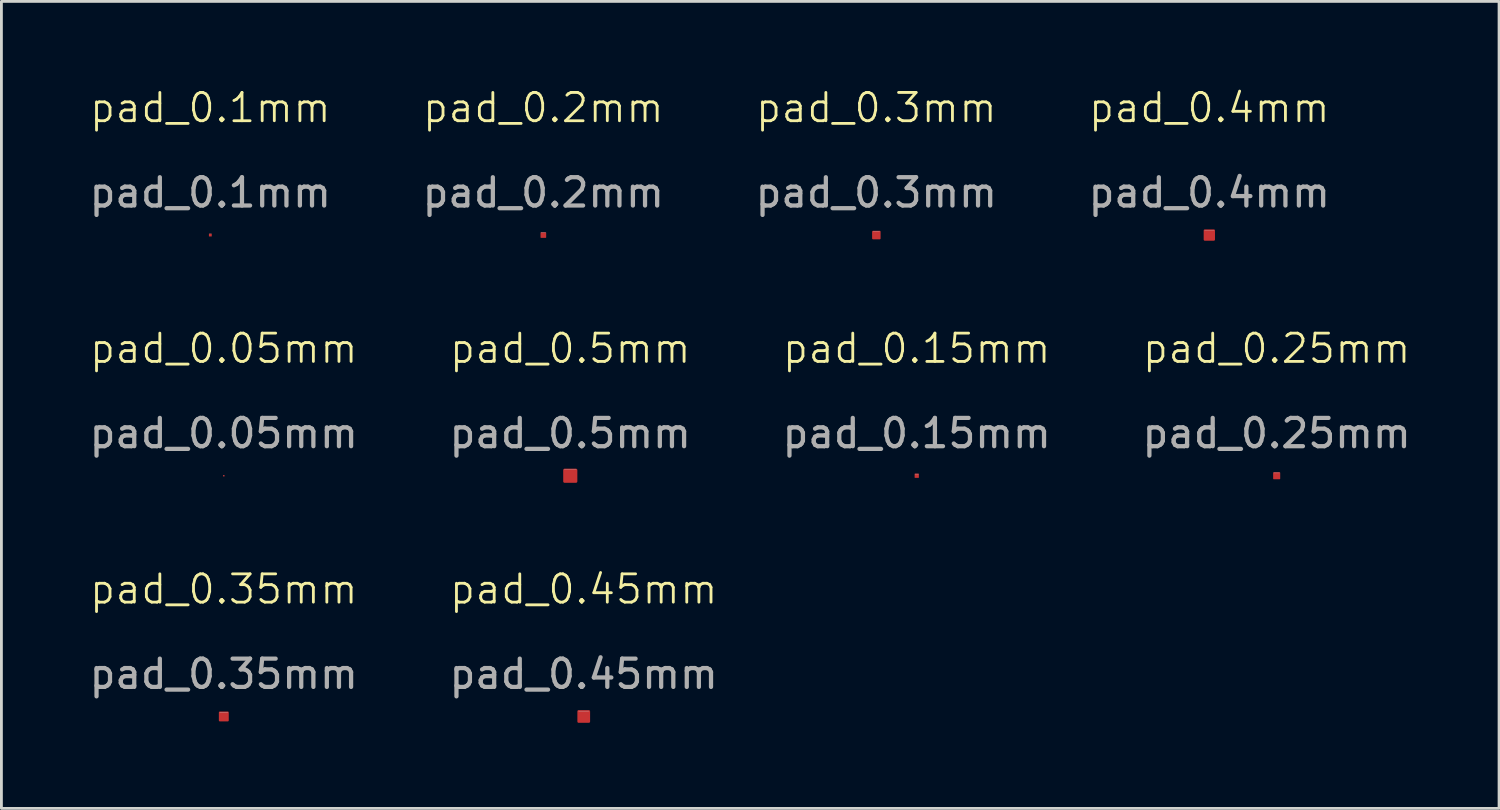
<source format=kicad_pcb>
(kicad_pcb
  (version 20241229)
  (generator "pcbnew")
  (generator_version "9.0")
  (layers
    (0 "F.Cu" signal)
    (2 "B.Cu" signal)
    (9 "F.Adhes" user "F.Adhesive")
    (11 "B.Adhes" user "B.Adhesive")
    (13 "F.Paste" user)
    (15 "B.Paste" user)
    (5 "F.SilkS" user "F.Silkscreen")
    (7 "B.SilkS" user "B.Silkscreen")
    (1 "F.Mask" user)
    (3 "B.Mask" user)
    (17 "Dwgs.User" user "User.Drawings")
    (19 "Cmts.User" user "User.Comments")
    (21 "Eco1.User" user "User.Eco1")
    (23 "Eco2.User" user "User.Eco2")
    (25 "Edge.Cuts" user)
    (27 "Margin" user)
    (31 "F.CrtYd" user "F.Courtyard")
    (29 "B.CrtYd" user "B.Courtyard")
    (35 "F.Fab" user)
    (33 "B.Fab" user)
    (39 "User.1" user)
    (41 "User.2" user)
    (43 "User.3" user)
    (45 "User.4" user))
  (footprint "pad_0.15mm"
    (layer "F.Cu")
    (at 29.363 13.771)
    (property "Reference" "pad_0.15mm" (at 0 -4.5 0) (unlocked yes) (layer "F.SilkS") (effects (font (size 1 1) (thickness 0.1))))
    (attr smd)
    (fp_line (start -0.06 -0.06) (end 0.06 -0.06) (stroke (width 0.01) (type default)) (layer "Dwgs.User"))
    (fp_text user "${REFERENCE}" (at 0 -1.5 0) (unlocked yes) (layer "F.Fab") (effects (font (size 1 1) (thickness 0.15))))
    (pad "1" smd roundrect (at 0 0) (size 0.15 0.15) (layers "F.Cu" "F.Mask" "F.Paste") (roundrect_rratio 0.1)))
  (footprint "pad_0.25mm"
    (layer "F.Cu")
    (at 42.089 13.771)
    (property "Reference" "pad_0.25mm" (at 0 -4.5 0) (unlocked yes) (layer "F.SilkS") (effects (font (size 1 1) (thickness 0.1))))
    (attr smd)
    (fp_line (start -0.1 -0.1) (end 0.1 -0.1) (stroke (width 0.01) (type default)) (layer "Dwgs.User"))
    (fp_text user "${REFERENCE}" (at 0 -1.5 0) (unlocked yes) (layer "F.Fab") (effects (font (size 1 1) (thickness 0.15))))
    (pad "1" smd roundrect (at 0 0) (size 0.25 0.25) (layers "F.Cu" "F.Mask" "F.Paste") (roundrect_rratio 0.1)))
  (footprint "pad_0.1mm"
    (layer "F.Cu")
    (at 4.387 5.261)
    (property "Reference" "pad_0.1mm" (at 0 -4.5 0) (unlocked yes) (layer "F.SilkS") (effects (font (size 1 1) (thickness 0.1))))
    (attr smd)
    (fp_line (start -0.04 -0.04) (end 0.04 -0.04) (stroke (width 0.005) (type default)) (layer "Dwgs.User"))
    (fp_text user "${REFERENCE}" (at 0 -1.5 0) (unlocked yes) (layer "F.Fab") (effects (font (size 1 1) (thickness 0.15))))
    (pad "1" smd roundrect (at 0 0) (size 0.1 0.1) (layers "F.Cu" "F.Mask" "F.Paste") (roundrect_rratio 0.1)))
  (footprint "pad_0.4mm"
    (layer "F.Cu")
    (at 39.708 5.261)
    (property "Reference" "pad_0.4mm" (at 0 -4.5 0) (unlocked yes) (layer "F.SilkS") (effects (font (size 1 1) (thickness 0.1))))
    (attr smd)
    (fp_line (start -0.165 -0.165) (end 0.165 -0.165) (stroke (width 0.01) (type default)) (layer "Dwgs.User"))
    (fp_text user "${REFERENCE}" (at 0 -1.5 0) (unlocked yes) (layer "F.Fab") (effects (font (size 1 1) (thickness 0.15))))
    (pad "1" smd roundrect (at 0 0) (size 0.4 0.4) (layers "F.Cu" "F.Mask" "F.Paste") (roundrect_rratio 0.1)))
  (footprint "pad_0.5mm"
    (layer "F.Cu")
    (at 17.113 13.771)
    (property "Reference" "pad_0.5mm" (at 0 -4.5 0) (unlocked yes) (layer "F.SilkS") (effects (font (size 1 1) (thickness 0.1))))
    (attr smd)
    (fp_line (start -0.21 -0.21) (end 0.21 -0.21) (stroke (width 0.01) (type default)) (layer "Dwgs.User"))
    (fp_text user "${REFERENCE}" (at 0 -1.5 0) (unlocked yes) (layer "F.Fab") (effects (font (size 1 1) (thickness 0.15))))
    (pad "1" smd roundrect (at 0 0) (size 0.5 0.5) (layers "F.Cu" "F.Mask" "F.Paste") (roundrect_rratio 0.1)))
  (footprint "pad_0.35mm"
    (layer "F.Cu")
    (at 4.863 22.282)
    (property "Reference" "pad_0.35mm" (at 0 -4.5 0) (unlocked yes) (layer "F.SilkS") (effects (font (size 1 1) (thickness 0.1))))
    (attr smd)
    (fp_line (start -0.142 -0.145) (end 0.145 -0.145) (stroke (width 0.01) (type default)) (layer "Dwgs.User"))
    (fp_text user "${REFERENCE}" (at 0 -1.5 0) (unlocked yes) (layer "F.Fab") (effects (font (size 1 1) (thickness 0.15))))
    (pad "1" smd roundrect (at 0 0) (size 0.35 0.35) (layers "F.Cu" "F.Mask" "F.Paste") (roundrect_rratio 0.1)))
  (footprint "pad_0.05mm"
    (layer "F.Cu")
    (at 4.863 13.771)
    (property "Reference" "pad_0.05mm" (at 0 -4.5 0) (unlocked yes) (layer "F.SilkS") (effects (font (size 1 1) (thickness 0.1))))
    (attr smd)
    (fp_line (start -0.02 -0.02) (end 0.02 -0.02) (stroke (width 0.003) (type default)) (layer "Dwgs.User"))
    (fp_text user "${REFERENCE}" (at 0 -1.5 0) (unlocked yes) (layer "F.Fab") (effects (font (size 1 1) (thickness 0.15))))
    (pad "1" smd roundrect (at 0 0) (size 0.05 0.05) (layers "F.Cu" "F.Mask" "F.Paste") (roundrect_rratio 0.1)))
  (footprint "pad_0.3mm"
    (layer "F.Cu")
    (at 27.935 5.261)
    (property "Reference" "pad_0.3mm" (at 0 -4.5 0) (unlocked yes) (layer "F.SilkS") (effects (font (size 1 1) (thickness 0.1))))
    (attr smd)
    (fp_line (start -0.115 -0.115) (end 0.115 -0.115) (stroke (width 0.01) (type default)) (layer "Dwgs.User"))
    (fp_text user "${REFERENCE}" (at 0 -1.5 0) (unlocked yes) (layer "F.Fab") (effects (font (size 1 1) (thickness 0.15))))
    (pad "1" smd roundrect (at 0 0) (size 0.3 0.3) (layers "F.Cu" "F.Mask" "F.Paste") (roundrect_rratio 0.1)))
  (footprint "pad_0.45mm"
    (layer "F.Cu")
    (at 17.589 22.282)
    (property "Reference" "pad_0.45mm" (at 0 -4.5 0) (unlocked yes) (layer "F.SilkS") (effects (font (size 1 1) (thickness 0.1))))
    (attr smd)
    (fp_line (start -0.185 -0.19) (end 0.185 -0.19) (stroke (width 0.01) (type default)) (layer "Dwgs.User"))
    (fp_text user "${REFERENCE}" (at 0 -1.5 0) (unlocked yes) (layer "F.Fab") (effects (font (size 1 1) (thickness 0.15))))
    (pad "1" smd roundrect (at 0 0) (size 0.45 0.45) (layers "F.Cu" "F.Mask" "F.Paste") (roundrect_rratio 0.1)))
  (footprint "pad_0.2mm"
    (layer "F.Cu")
    (at 16.161 5.261)
    (property "Reference" "pad_0.2mm" (at 0 -4.5 0) (unlocked yes) (layer "F.SilkS") (effects (font (size 1 1) (thickness 0.1))))
    (attr smd)
    (fp_line (start -0.08 -0.08) (end 0.08 -0.08) (stroke (width 0.01) (type default)) (layer "Dwgs.User"))
    (fp_text user "${REFERENCE}" (at 0 -1.5 0) (unlocked yes) (layer "F.Fab") (effects (font (size 1 1) (thickness 0.15))))
    (pad "1" smd roundrect (at 0 0) (size 0.2 0.2) (layers "F.Cu" "F.Mask" "F.Paste") (roundrect_rratio 0.1)))
  (gr_rect
    (start -3 -3)
    (end 49.952 25.532)
    (stroke (width 0.1) (type default))
    (fill no)
    (layer "Edge.Cuts")))
</source>
